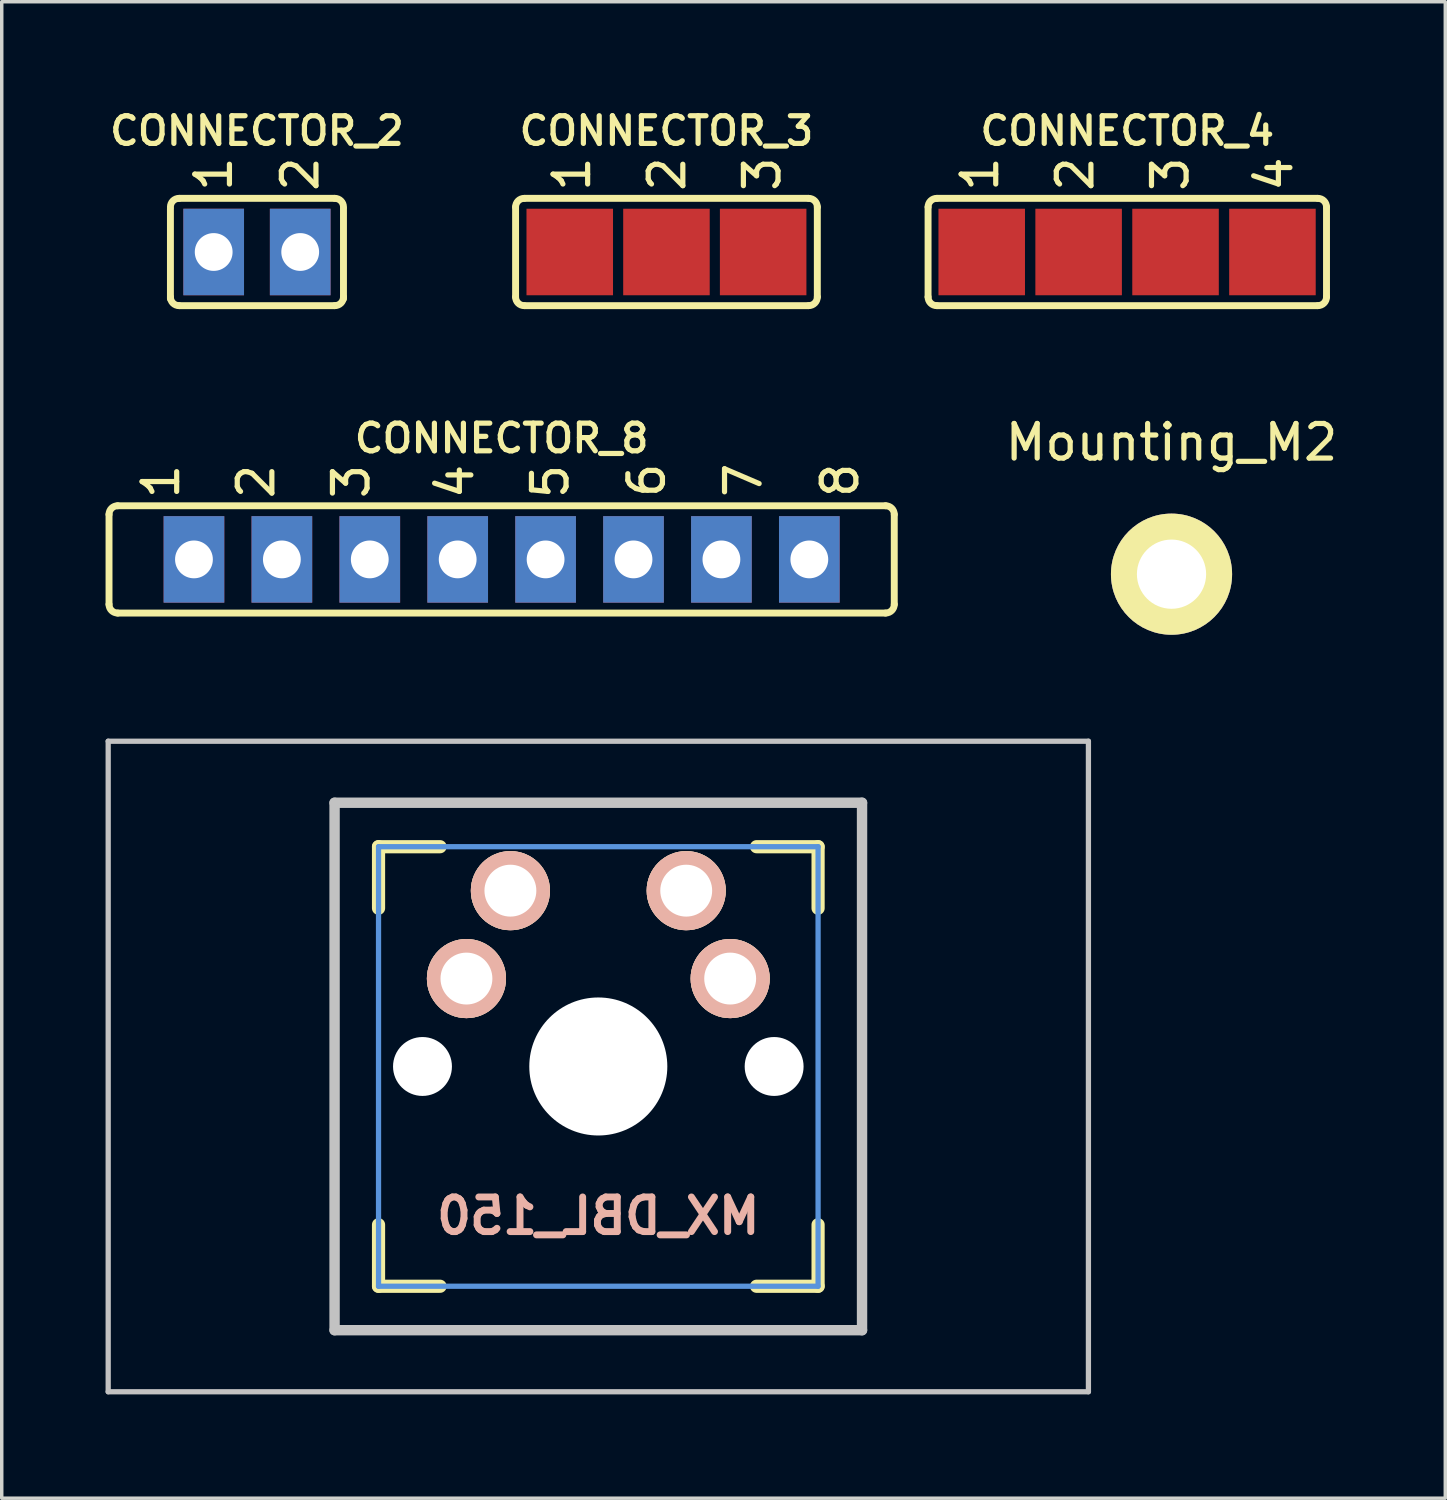
<source format=kicad_pcb>
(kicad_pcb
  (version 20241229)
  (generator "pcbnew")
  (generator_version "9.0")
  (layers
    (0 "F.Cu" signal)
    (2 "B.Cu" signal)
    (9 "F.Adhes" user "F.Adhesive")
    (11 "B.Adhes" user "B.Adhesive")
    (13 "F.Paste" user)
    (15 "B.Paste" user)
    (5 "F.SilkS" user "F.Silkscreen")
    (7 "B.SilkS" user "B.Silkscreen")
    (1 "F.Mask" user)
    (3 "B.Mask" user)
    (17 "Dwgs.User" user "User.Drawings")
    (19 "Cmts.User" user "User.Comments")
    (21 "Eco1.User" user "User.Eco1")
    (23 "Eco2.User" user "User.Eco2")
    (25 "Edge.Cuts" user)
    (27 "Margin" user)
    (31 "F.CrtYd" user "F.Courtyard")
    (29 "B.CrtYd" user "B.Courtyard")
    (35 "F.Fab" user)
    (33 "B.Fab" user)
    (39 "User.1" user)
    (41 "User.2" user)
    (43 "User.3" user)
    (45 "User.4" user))
  (footprint "CONNECTOR_2"
    (layer "F.Cu")
    (at 4.374 4.231)
    (property "Reference" "CONNECTOR_2" (at 0 -3.5 0) (layer "F.SilkS") (effects (font (size 0.8 0.8) (thickness 0.15))))
    (attr exclude_from_pos_files exclude_from_bom)
    (fp_line (start -2.5 -1.25) (end -2.5 1.35) (stroke (width 0.2) (type solid)) (layer "F.SilkS"))
    (fp_line (start -2.25 -1.55) (end 2.25 -1.55) (stroke (width 0.2) (type solid)) (layer "F.SilkS"))
    (fp_line (start -2.25 1.55) (end 2.25 1.55) (stroke (width 0.2) (type solid)) (layer "F.SilkS"))
    (fp_line (start 2.5 -1.25) (end 2.5 1.35) (stroke (width 0.2) (type solid)) (layer "F.SilkS"))
    (fp_arc (start -2.5 -1.3) (mid -2.426777 -1.476777) (end -2.25 -1.55) (stroke (width 0.2) (type solid)) (layer "F.SilkS"))
    (fp_arc (start -2.25 1.55) (mid -2.426777 1.476777) (end -2.5 1.3) (stroke (width 0.2) (type solid)) (layer "F.SilkS"))
    (fp_arc (start 2.25 -1.55) (mid 2.426777 -1.476777) (end 2.5 -1.3) (stroke (width 0.2) (type solid)) (layer "F.SilkS"))
    (fp_arc (start 2.5 1.3) (mid 2.426777 1.476777) (end 2.25 1.55) (stroke (width 0.2) (type solid)) (layer "F.SilkS"))
    (fp_text user "2" (at 1.25 -2.25 90) (layer "F.SilkS") (effects (font (size 1 1) (thickness 0.15))))
    (fp_text user "1" (at -1.25 -2.25 90) (layer "F.SilkS") (effects (font (size 1 1) (thickness 0.15))))
    (pad "1" thru_hole rect (at -1.25 0) (size 1.753 2.5) (drill 1.092) (layers "*.Cu" "*.Mask"))
    (pad "2" thru_hole rect (at 1.25 0) (size 1.753 2.5) (drill 1.092) (layers "*.Cu" "*.Mask")))
  (footprint "MX_DBL_150"
    (layer "F.Cu")
    (at 14.237 27.764)
    (property "Reference" "MX_DBL_150" (at 0 4.318 0) (layer "B.SilkS") (effects (font (size 1 1) (thickness 0.2)) (justify mirror)))
    (attr through_hole)
    (fp_line (start -6.35 -6.35) (end -4.572 -6.35) (stroke (width 0.381) (type solid)) (layer "F.SilkS"))
    (fp_line (start -6.35 -4.572) (end -6.35 -6.35) (stroke (width 0.381) (type solid)) (layer "F.SilkS"))
    (fp_line (start -6.35 6.35) (end -6.35 4.572) (stroke (width 0.381) (type solid)) (layer "F.SilkS"))
    (fp_line (start -4.572 6.35) (end -6.35 6.35) (stroke (width 0.381) (type solid)) (layer "F.SilkS"))
    (fp_line (start 4.572 -6.35) (end 6.35 -6.35) (stroke (width 0.381) (type solid)) (layer "F.SilkS"))
    (fp_line (start 6.35 -6.35) (end 6.35 -4.572) (stroke (width 0.381) (type solid)) (layer "F.SilkS"))
    (fp_line (start 6.35 4.572) (end 6.35 6.35) (stroke (width 0.381) (type solid)) (layer "F.SilkS"))
    (fp_line (start 6.35 6.35) (end 4.572 6.35) (stroke (width 0.381) (type solid)) (layer "F.SilkS"))
    (fp_line (start -14.161 -9.398) (end 14.161 -9.398) (stroke (width 0.152) (type solid)) (layer "Dwgs.User"))
    (fp_line (start -14.161 9.398) (end -14.161 -9.398) (stroke (width 0.152) (type solid)) (layer "Dwgs.User"))
    (fp_line (start -7.62 -7.62) (end 7.62 -7.62) (stroke (width 0.3) (type solid)) (layer "Dwgs.User"))
    (fp_line (start -7.62 7.62) (end -7.62 -7.62) (stroke (width 0.3) (type solid)) (layer "Dwgs.User"))
    (fp_line (start 7.62 -7.62) (end 7.62 7.62) (stroke (width 0.3) (type solid)) (layer "Dwgs.User"))
    (fp_line (start 7.62 7.62) (end -7.62 7.62) (stroke (width 0.3) (type solid)) (layer "Dwgs.User"))
    (fp_line (start 14.161 -9.398) (end 14.161 9.398) (stroke (width 0.152) (type solid)) (layer "Dwgs.User"))
    (fp_line (start 14.161 9.398) (end -14.161 9.398) (stroke (width 0.152) (type solid)) (layer "Dwgs.User"))
    (fp_line (start -6.35 -6.35) (end 6.35 -6.35) (stroke (width 0.152) (type solid)) (layer "Cmts.User"))
    (fp_line (start -6.35 6.35) (end -6.35 -6.35) (stroke (width 0.152) (type solid)) (layer "Cmts.User"))
    (fp_line (start 6.35 -6.35) (end 6.35 6.35) (stroke (width 0.152) (type solid)) (layer "Cmts.User"))
    (fp_line (start 6.35 6.35) (end -6.35 6.35) (stroke (width 0.152) (type solid)) (layer "Cmts.User"))
    (fp_line (start -6.985 -6.985) (end 6.985 -6.985) (stroke (width 0.152) (type solid)) (layer "Eco2.User"))
    (fp_line (start -6.985 6.985) (end -6.985 -6.985) (stroke (width 0.152) (type solid)) (layer "Eco2.User"))
    (fp_line (start 6.985 -6.985) (end 6.985 6.985) (stroke (width 0.152) (type solid)) (layer "Eco2.User"))
    (fp_line (start 6.985 6.985) (end -6.985 6.985) (stroke (width 0.152) (type solid)) (layer "Eco2.User"))
    (pad "" np_thru_hole circle (at -5.08 0) (size 1.702 1.702) (drill 1.702) (layers "*.Cu"))
    (pad "" np_thru_hole circle (at 0 0) (size 3.988 3.988) (drill 3.988) (layers "*.Cu"))
    (pad "" np_thru_hole circle (at 5.08 0) (size 1.702 1.702) (drill 1.702) (layers "*.Cu"))
    (pad "1" thru_hole circle (at -2.54 -5.08) (size 2.286 2.286) (drill 1.499) (layers "*.Cu" "*.SilkS" "*.Mask"))
    (pad "1" thru_hole circle (at 2.54 -5.08) (size 2.286 2.286) (drill 1.499) (layers "*.Cu" "*.SilkS" "*.Mask"))
    (pad "2" thru_hole circle (at -3.81 -2.54) (size 2.286 2.286) (drill 1.499) (layers "*.Cu" "*.SilkS" "*.Mask"))
    (pad "2" thru_hole circle (at 3.81 -2.54) (size 2.286 2.286) (drill 1.499) (layers "*.Cu" "*.SilkS" "*.Mask")))
  (footprint "CONNECTOR_3"
    (layer "F.Cu")
    (at 16.206 4.231)
    (property "Reference" "CONNECTOR_3" (at 0 -3.5 0) (layer "F.SilkS") (effects (font (size 0.8 0.8) (thickness 0.15))))
    (attr exclude_from_pos_files exclude_from_bom)
    (fp_line (start -4.359 -1.3) (end -4.359 1.3) (stroke (width 0.2) (type solid)) (layer "F.SilkS"))
    (fp_line (start -4.1 -1.55) (end 4.1 -1.55) (stroke (width 0.2) (type solid)) (layer "F.SilkS"))
    (fp_line (start -4.1 1.55) (end 4.1 1.55) (stroke (width 0.2) (type solid)) (layer "F.SilkS"))
    (fp_line (start 4.359 -1.3) (end 4.359 1.3) (stroke (width 0.2) (type solid)) (layer "F.SilkS"))
    (fp_arc (start -4.359 -1.3) (mid -4.285777 -1.476777) (end -4.109 -1.55) (stroke (width 0.2) (type solid)) (layer "F.SilkS"))
    (fp_arc (start -4.109 1.55) (mid -4.285777 1.476777) (end -4.359 1.3) (stroke (width 0.2) (type solid)) (layer "F.SilkS"))
    (fp_arc (start 4.109 -1.55) (mid 4.285777 -1.476777) (end 4.359 -1.3) (stroke (width 0.2) (type solid)) (layer "F.SilkS"))
    (fp_arc (start 4.359 1.3) (mid 4.285777 1.476777) (end 4.109 1.55) (stroke (width 0.2) (type solid)) (layer "F.SilkS"))
    (fp_text user "3" (at 2.768 -2.25 90) (layer "F.SilkS") (effects (font (size 1 1) (thickness 0.15))))
    (fp_text user "2" (at 0.018 -2.25 90) (layer "F.SilkS") (effects (font (size 1 1) (thickness 0.15))))
    (fp_text user "1" (at -2.732 -2.25 90) (layer "F.SilkS") (effects (font (size 1 1) (thickness 0.15))))
    (pad "1" smd rect (at -2.794 0) (size 2.5 2.5) (layers "F.Cu" "F.Mask" "F.Paste"))
    (pad "2" smd rect (at 0 0) (size 2.5 2.5) (layers "F.Cu" "F.Mask" "F.Paste"))
    (pad "3" smd rect (at 2.794 0) (size 2.5 2.5) (layers "F.Cu" "F.Mask" "F.Paste")))
  (footprint "CONNECTOR_8"
    (layer "F.Cu")
    (at 11.444 13.113)
    (property "Reference" "CONNECTOR_8" (at 0 -3.5 0) (layer "F.SilkS") (effects (font (size 0.8 0.8) (thickness 0.15))))
    (attr exclude_from_pos_files exclude_from_bom)
    (fp_line (start -11.344 -1.3) (end -11.344 1.3) (stroke (width 0.2) (type solid)) (layer "F.SilkS"))
    (fp_line (start -11.094 -1.55) (end 11.094 -1.55) (stroke (width 0.2) (type solid)) (layer "F.SilkS"))
    (fp_line (start -11.094 1.55) (end 11.094 1.55) (stroke (width 0.2) (type solid)) (layer "F.SilkS"))
    (fp_line (start 11.344 -1.3) (end 11.344 1.3) (stroke (width 0.2) (type solid)) (layer "F.SilkS"))
    (fp_arc (start -11.344 -1.3) (mid -11.270777 -1.476777) (end -11.094 -1.55) (stroke (width 0.2) (type solid)) (layer "F.SilkS"))
    (fp_arc (start -11.094 1.55) (mid -11.270777 1.476777) (end -11.344 1.3) (stroke (width 0.2) (type solid)) (layer "F.SilkS"))
    (fp_arc (start 11.094 -1.55) (mid 11.270777 -1.476777) (end 11.344 -1.3) (stroke (width 0.2) (type solid)) (layer "F.SilkS"))
    (fp_arc (start 11.344 1.3) (mid 11.270777 1.476777) (end 11.094 1.55) (stroke (width 0.2) (type solid)) (layer "F.SilkS"))
    (fp_text user "6" (at 4.191 -2.286 90) (layer "F.SilkS") (effects (font (size 1 1) (thickness 0.15))))
    (fp_text user "7" (at 6.985 -2.286 90) (layer "F.SilkS") (effects (font (size 1 1) (thickness 0.15))))
    (fp_text user "5" (at 1.406 -2.25 90) (layer "F.SilkS") (effects (font (size 1 1) (thickness 0.15))))
    (fp_text user "2" (at -7.094 -2.25 90) (layer "F.SilkS") (effects (font (size 1 1) (thickness 0.15))))
    (fp_text user "1" (at -9.844 -2.25 90) (layer "F.SilkS") (effects (font (size 1 1) (thickness 0.15))))
    (fp_text user "3" (at -4.344 -2.25 90) (layer "F.SilkS") (effects (font (size 1 1) (thickness 0.15))))
    (fp_text user "4" (at -1.344 -2.25 90) (layer "F.SilkS") (effects (font (size 1 1) (thickness 0.15))))
    (fp_text user "8" (at 9.779 -2.286 90) (layer "F.SilkS") (effects (font (size 1 1) (thickness 0.15))))
    (pad "1" thru_hole rect (at -8.89 0) (size 1.753 2.5) (drill 1.092) (layers "*.Cu" "*.Mask"))
    (pad "2" thru_hole rect (at -6.35 0) (size 1.753 2.5) (drill 1.092) (layers "*.Cu" "*.Mask"))
    (pad "3" thru_hole rect (at -3.81 0) (size 1.753 2.5) (drill 1.092) (layers "*.Cu" "*.Mask"))
    (pad "4" thru_hole rect (at -1.27 0) (size 1.753 2.5) (drill 1.092) (layers "*.Cu" "*.Mask"))
    (pad "5" thru_hole rect (at 1.27 0) (size 1.753 2.5) (drill 1.092) (layers "*.Cu" "*.Mask"))
    (pad "6" thru_hole rect (at 3.81 0) (size 1.753 2.5) (drill 1.092) (layers "*.Cu" "*.Mask"))
    (pad "7" thru_hole rect (at 6.35 0) (size 1.753 2.5) (drill 1.092) (layers "*.Cu" "*.Mask"))
    (pad "8" thru_hole rect (at 8.89 0) (size 1.753 2.5) (drill 1.092) (layers "*.Cu" "*.Mask")))
  (footprint "Mounting_M2"
    (layer "F.Cu")
    (at 30.799 13.54)
    (property "Reference" "Mounting_M2" (at 0 -3.81 0) (layer "F.SilkS") (effects (font (size 1 1) (thickness 0.15))))
    (attr through_hole)
    (pad "1" thru_hole circle (at 0 0) (size 3.5 3.5) (drill 2) (layers "*.Cu" "*.Mask" "F.SilkS")))
  (footprint "CONNECTOR_4"
    (layer "F.Cu")
    (at 29.521 4.231)
    (property "Reference" "CONNECTOR_4" (at 0 -3.5 0) (layer "F.SilkS") (effects (font (size 0.8 0.8) (thickness 0.15))))
    (attr exclude_from_pos_files exclude_from_bom)
    (fp_line (start -5.756 -1.3) (end -5.756 1.3) (stroke (width 0.2) (type solid)) (layer "F.SilkS"))
    (fp_line (start -5.5 -1.55) (end 5.5 -1.55) (stroke (width 0.2) (type solid)) (layer "F.SilkS"))
    (fp_line (start -5.5 1.55) (end 5.5 1.55) (stroke (width 0.2) (type solid)) (layer "F.SilkS"))
    (fp_line (start 5.756 -1.3) (end 5.756 1.3) (stroke (width 0.2) (type solid)) (layer "F.SilkS"))
    (fp_arc (start -5.756 -1.3) (mid -5.682777 -1.476777) (end -5.506 -1.55) (stroke (width 0.2) (type solid)) (layer "F.SilkS"))
    (fp_arc (start -5.506 1.55) (mid -5.682777 1.476777) (end -5.756 1.3) (stroke (width 0.2) (type solid)) (layer "F.SilkS"))
    (fp_arc (start 5.506 -1.55) (mid 5.682777 -1.476777) (end 5.756 -1.3) (stroke (width 0.2) (type solid)) (layer "F.SilkS"))
    (fp_arc (start 5.756 1.3) (mid 5.682777 1.476777) (end 5.506 1.55) (stroke (width 0.2) (type solid)) (layer "F.SilkS"))
    (fp_text user "1" (at -4.256 -2.25 90) (layer "F.SilkS") (effects (font (size 1 1) (thickness 0.15))))
    (fp_text user "2" (at -1.506 -2.25 90) (layer "F.SilkS") (effects (font (size 1 1) (thickness 0.15))))
    (fp_text user "4" (at 4.244 -2.25 90) (layer "F.SilkS") (effects (font (size 1 1) (thickness 0.15))))
    (fp_text user "3" (at 1.244 -2.25 90) (layer "F.SilkS") (effects (font (size 1 1) (thickness 0.15))))
    (pad "1" smd rect (at -4.206 0) (size 2.5 2.5) (layers "F.Cu" "F.Mask"))
    (pad "2" smd rect (at -1.406 0) (size 2.5 2.5) (layers "F.Cu" "F.Mask"))
    (pad "3" smd rect (at 1.394 0) (size 2.5 2.5) (layers "F.Cu" "F.Mask"))
    (pad "4" smd rect (at 4.194 0) (size 2.5 2.5) (layers "F.Cu" "F.Mask")))
  (gr_rect
    (start -3 -3)
    (end 38.709 40.238)
    (stroke (width 0.1) (type default))
    (fill no)
    (layer "Edge.Cuts")))
</source>
